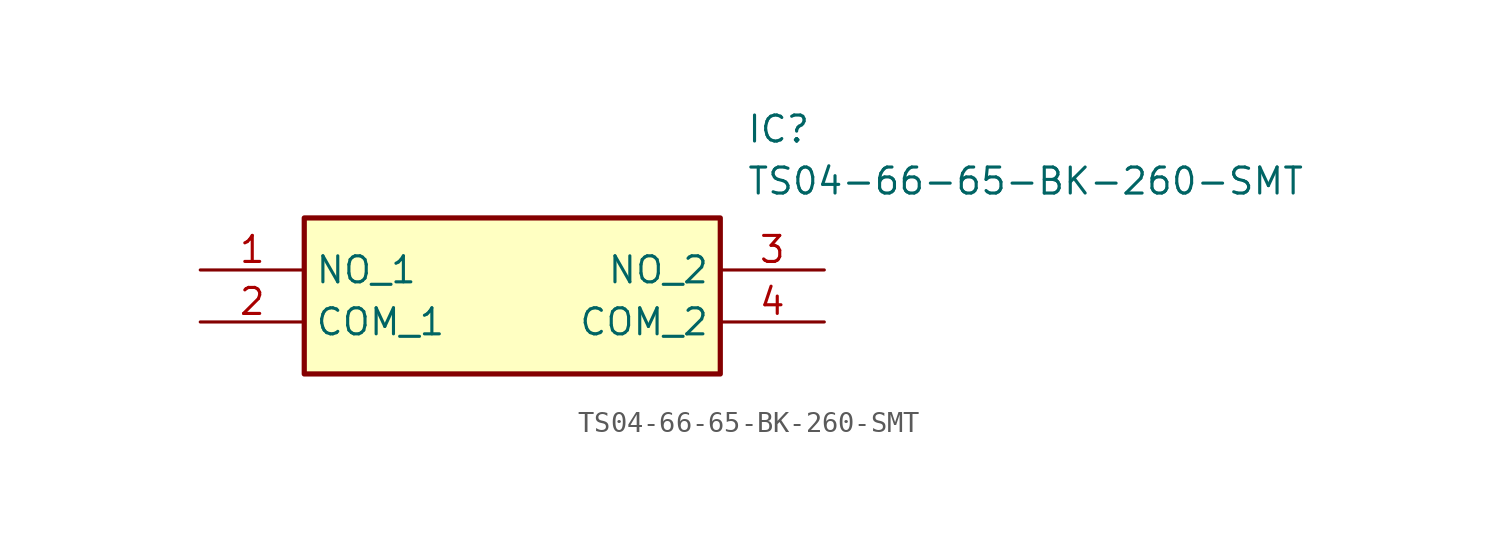
<source format=kicad_sym>
(kicad_symbol_lib
  (version 20211014)
  (generator SamacSys_ECAD_Model)
  (symbol "TS04-66-65-BK-260-SMT"
    (property "Reference" "IC"
      (at 26.67 7.62 0)
      (effects (font (size 1.27 1.27)) (justify left top)))
    (property "Value" "TS04-66-65-BK-260-SMT"
      (at 26.67 5.08 0)
      (effects (font (size 1.27 1.27)) (justify left top)))
    (rectangle
      (start 5.08 2.54)
      (end 25.4 -5.08)
      (stroke (width 0.254) (type default))
      (fill (type background)))
    (pin passive line
      (at 0 0 0)
      (length 5.08)
      (name "NO_1" (effects (font (size 1.27 1.27))))
      (number "1" (effects (font (size 1.27 1.27)))))
    (pin passive line
      (at 0 -2.54 0)
      (length 5.08)
      (name "COM_1" (effects (font (size 1.27 1.27))))
      (number "2" (effects (font (size 1.27 1.27)))))
    (pin passive line
      (at 30.48 0 180)
      (length 5.08)
      (name "NO_2" (effects (font (size 1.27 1.27))))
      (number "3" (effects (font (size 1.27 1.27)))))
    (pin passive line
      (at 30.48 -2.54 180)
      (length 5.08)
      (name "COM_2" (effects (font (size 1.27 1.27))))
      (number "4" (effects (font (size 1.27 1.27)))))))
</source>
